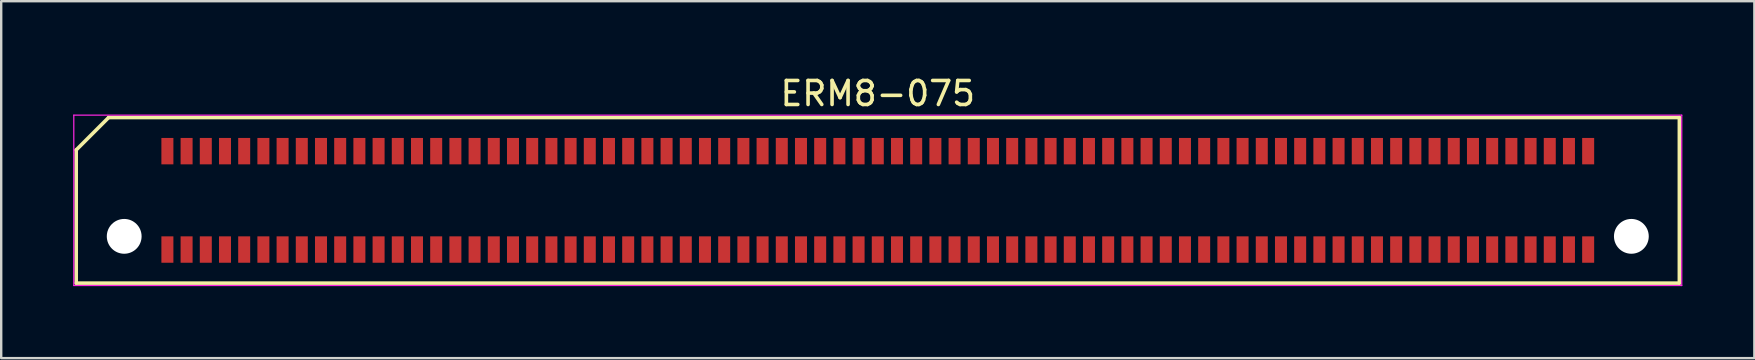
<source format=kicad_pcb>
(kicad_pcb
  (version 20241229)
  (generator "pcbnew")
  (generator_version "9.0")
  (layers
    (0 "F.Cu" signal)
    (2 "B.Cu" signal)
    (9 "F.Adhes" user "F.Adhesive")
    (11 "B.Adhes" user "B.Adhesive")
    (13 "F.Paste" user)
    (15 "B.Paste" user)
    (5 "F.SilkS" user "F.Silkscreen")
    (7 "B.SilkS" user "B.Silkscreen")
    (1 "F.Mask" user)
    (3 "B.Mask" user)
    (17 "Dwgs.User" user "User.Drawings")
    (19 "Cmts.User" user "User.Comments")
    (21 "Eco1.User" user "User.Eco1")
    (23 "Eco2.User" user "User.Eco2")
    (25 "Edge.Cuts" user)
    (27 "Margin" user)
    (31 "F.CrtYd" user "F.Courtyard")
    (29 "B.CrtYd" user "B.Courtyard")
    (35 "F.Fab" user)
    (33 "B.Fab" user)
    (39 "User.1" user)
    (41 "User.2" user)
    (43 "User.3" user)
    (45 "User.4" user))
  (footprint "ERM8-075"
    (layer "F.Cu")
    (at 33.525 5.298)
    (property "Reference" "ERM8-075" (at 0 -4.45 0) (layer "F.SilkS") (effects (font (size 1 1) (thickness 0.15))))
    (attr smd)
    (fp_line (start -33.4 3.45) (end -33.4 -2.1) (stroke (width 0.15) (type solid)) (layer "F.SilkS"))
    (fp_line (start -32.05 -3.45) (end -33.4 -2.1) (stroke (width 0.15) (type solid)) (layer "F.SilkS"))
    (fp_line (start -32.05 -3.45) (end 33.4 -3.45) (stroke (width 0.15) (type solid)) (layer "F.SilkS"))
    (fp_line (start 33.4 -3.45) (end 33.4 3.45) (stroke (width 0.15) (type solid)) (layer "F.SilkS"))
    (fp_line (start 33.4 3.45) (end -33.4 3.45) (stroke (width 0.15) (type solid)) (layer "F.SilkS"))
    (fp_line (start -33.5 -3.55) (end 33.5 -3.55) (stroke (width 0.05) (type solid)) (layer "F.CrtYd"))
    (fp_line (start -33.5 3.55) (end -33.5 -3.55) (stroke (width 0.05) (type solid)) (layer "F.CrtYd"))
    (fp_line (start 33.5 -3.55) (end 33.5 3.55) (stroke (width 0.05) (type solid)) (layer "F.CrtYd"))
    (fp_line (start 33.5 3.55) (end -33.5 3.55) (stroke (width 0.05) (type solid)) (layer "F.CrtYd"))
    (pad "" np_thru_hole circle (at -31.4 1.5) (size 1.45 1.45) (drill 1.45) (layers "*.Cu" "*.Mask"))
    (pad "" np_thru_hole circle (at 31.4 1.5) (size 1.45 1.45) (drill 1.45) (layers "*.Cu" "*.Mask"))
    (pad "1" smd rect (at -29.6 -2.05) (size 0.5 1.1) (layers "F.Cu" "F.Mask" "F.Paste"))
    (pad "2" smd rect (at -29.6 2.05) (size 0.5 1.1) (layers "F.Cu" "F.Mask" "F.Paste"))
    (pad "3" smd rect (at -28.8 -2.05) (size 0.5 1.1) (layers "F.Cu" "F.Mask" "F.Paste"))
    (pad "4" smd rect (at -28.8 2.05) (size 0.5 1.1) (layers "F.Cu" "F.Mask" "F.Paste"))
    (pad "5" smd rect (at -28 -2.05) (size 0.5 1.1) (layers "F.Cu" "F.Mask" "F.Paste"))
    (pad "6" smd rect (at -28 2.05) (size 0.5 1.1) (layers "F.Cu" "F.Mask" "F.Paste"))
    (pad "7" smd rect (at -27.2 -2.05) (size 0.5 1.1) (layers "F.Cu" "F.Mask" "F.Paste"))
    (pad "8" smd rect (at -27.2 2.05) (size 0.5 1.1) (layers "F.Cu" "F.Mask" "F.Paste"))
    (pad "9" smd rect (at -26.4 -2.05) (size 0.5 1.1) (layers "F.Cu" "F.Mask" "F.Paste"))
    (pad "10" smd rect (at -26.4 2.05) (size 0.5 1.1) (layers "F.Cu" "F.Mask" "F.Paste"))
    (pad "11" smd rect (at -25.6 -2.05) (size 0.5 1.1) (layers "F.Cu" "F.Mask" "F.Paste"))
    (pad "12" smd rect (at -25.6 2.05) (size 0.5 1.1) (layers "F.Cu" "F.Mask" "F.Paste"))
    (pad "13" smd rect (at -24.8 -2.05) (size 0.5 1.1) (layers "F.Cu" "F.Mask" "F.Paste"))
    (pad "14" smd rect (at -24.8 2.05) (size 0.5 1.1) (layers "F.Cu" "F.Mask" "F.Paste"))
    (pad "15" smd rect (at -24 -2.05) (size 0.5 1.1) (layers "F.Cu" "F.Mask" "F.Paste"))
    (pad "16" smd rect (at -24 2.05) (size 0.5 1.1) (layers "F.Cu" "F.Mask" "F.Paste"))
    (pad "17" smd rect (at -23.2 -2.05) (size 0.5 1.1) (layers "F.Cu" "F.Mask" "F.Paste"))
    (pad "18" smd rect (at -23.2 2.05) (size 0.5 1.1) (layers "F.Cu" "F.Mask" "F.Paste"))
    (pad "19" smd rect (at -22.4 -2.05) (size 0.5 1.1) (layers "F.Cu" "F.Mask" "F.Paste"))
    (pad "20" smd rect (at -22.4 2.05) (size 0.5 1.1) (layers "F.Cu" "F.Mask" "F.Paste"))
    (pad "21" smd rect (at -21.6 -2.05) (size 0.5 1.1) (layers "F.Cu" "F.Mask" "F.Paste"))
    (pad "22" smd rect (at -21.6 2.05) (size 0.5 1.1) (layers "F.Cu" "F.Mask" "F.Paste"))
    (pad "23" smd rect (at -20.8 -2.05) (size 0.5 1.1) (layers "F.Cu" "F.Mask" "F.Paste"))
    (pad "24" smd rect (at -20.8 2.05) (size 0.5 1.1) (layers "F.Cu" "F.Mask" "F.Paste"))
    (pad "25" smd rect (at -20 -2.05) (size 0.5 1.1) (layers "F.Cu" "F.Mask" "F.Paste"))
    (pad "26" smd rect (at -20 2.05) (size 0.5 1.1) (layers "F.Cu" "F.Mask" "F.Paste"))
    (pad "27" smd rect (at -19.2 -2.05) (size 0.5 1.1) (layers "F.Cu" "F.Mask" "F.Paste"))
    (pad "28" smd rect (at -19.2 2.05) (size 0.5 1.1) (layers "F.Cu" "F.Mask" "F.Paste"))
    (pad "29" smd rect (at -18.4 -2.05) (size 0.5 1.1) (layers "F.Cu" "F.Mask" "F.Paste"))
    (pad "30" smd rect (at -18.4 2.05) (size 0.5 1.1) (layers "F.Cu" "F.Mask" "F.Paste"))
    (pad "31" smd rect (at -17.6 -2.05) (size 0.5 1.1) (layers "F.Cu" "F.Mask" "F.Paste"))
    (pad "32" smd rect (at -17.6 2.05) (size 0.5 1.1) (layers "F.Cu" "F.Mask" "F.Paste"))
    (pad "33" smd rect (at -16.8 -2.05) (size 0.5 1.1) (layers "F.Cu" "F.Mask" "F.Paste"))
    (pad "34" smd rect (at -16.8 2.05) (size 0.5 1.1) (layers "F.Cu" "F.Mask" "F.Paste"))
    (pad "35" smd rect (at -16 -2.05) (size 0.5 1.1) (layers "F.Cu" "F.Mask" "F.Paste"))
    (pad "36" smd rect (at -16 2.05) (size 0.5 1.1) (layers "F.Cu" "F.Mask" "F.Paste"))
    (pad "37" smd rect (at -15.2 -2.05) (size 0.5 1.1) (layers "F.Cu" "F.Mask" "F.Paste"))
    (pad "38" smd rect (at -15.2 2.05) (size 0.5 1.1) (layers "F.Cu" "F.Mask" "F.Paste"))
    (pad "39" smd rect (at -14.4 -2.05) (size 0.5 1.1) (layers "F.Cu" "F.Mask" "F.Paste"))
    (pad "40" smd rect (at -14.4 2.05) (size 0.5 1.1) (layers "F.Cu" "F.Mask" "F.Paste"))
    (pad "41" smd rect (at -13.6 -2.05) (size 0.5 1.1) (layers "F.Cu" "F.Mask" "F.Paste"))
    (pad "42" smd rect (at -13.6 2.05) (size 0.5 1.1) (layers "F.Cu" "F.Mask" "F.Paste"))
    (pad "43" smd rect (at -12.8 -2.05) (size 0.5 1.1) (layers "F.Cu" "F.Mask" "F.Paste"))
    (pad "44" smd rect (at -12.8 2.05) (size 0.5 1.1) (layers "F.Cu" "F.Mask" "F.Paste"))
    (pad "45" smd rect (at -12 -2.05) (size 0.5 1.1) (layers "F.Cu" "F.Mask" "F.Paste"))
    (pad "46" smd rect (at -12 2.05) (size 0.5 1.1) (layers "F.Cu" "F.Mask" "F.Paste"))
    (pad "47" smd rect (at -11.2 -2.05) (size 0.5 1.1) (layers "F.Cu" "F.Mask" "F.Paste"))
    (pad "48" smd rect (at -11.2 2.05) (size 0.5 1.1) (layers "F.Cu" "F.Mask" "F.Paste"))
    (pad "49" smd rect (at -10.4 -2.05) (size 0.5 1.1) (layers "F.Cu" "F.Mask" "F.Paste"))
    (pad "50" smd rect (at -10.4 2.05) (size 0.5 1.1) (layers "F.Cu" "F.Mask" "F.Paste"))
    (pad "51" smd rect (at -9.6 -2.05) (size 0.5 1.1) (layers "F.Cu" "F.Mask" "F.Paste"))
    (pad "52" smd rect (at -9.6 2.05) (size 0.5 1.1) (layers "F.Cu" "F.Mask" "F.Paste"))
    (pad "53" smd rect (at -8.8 -2.05) (size 0.5 1.1) (layers "F.Cu" "F.Mask" "F.Paste"))
    (pad "54" smd rect (at -8.8 2.05) (size 0.5 1.1) (layers "F.Cu" "F.Mask" "F.Paste"))
    (pad "55" smd rect (at -8 -2.05) (size 0.5 1.1) (layers "F.Cu" "F.Mask" "F.Paste"))
    (pad "56" smd rect (at -8 2.05) (size 0.5 1.1) (layers "F.Cu" "F.Mask" "F.Paste"))
    (pad "57" smd rect (at -7.2 -2.05) (size 0.5 1.1) (layers "F.Cu" "F.Mask" "F.Paste"))
    (pad "58" smd rect (at -7.2 2.05) (size 0.5 1.1) (layers "F.Cu" "F.Mask" "F.Paste"))
    (pad "59" smd rect (at -6.4 -2.05) (size 0.5 1.1) (layers "F.Cu" "F.Mask" "F.Paste"))
    (pad "60" smd rect (at -6.4 2.05) (size 0.5 1.1) (layers "F.Cu" "F.Mask" "F.Paste"))
    (pad "61" smd rect (at -5.6 -2.05) (size 0.5 1.1) (layers "F.Cu" "F.Mask" "F.Paste"))
    (pad "62" smd rect (at -5.6 2.05) (size 0.5 1.1) (layers "F.Cu" "F.Mask" "F.Paste"))
    (pad "63" smd rect (at -4.8 -2.05) (size 0.5 1.1) (layers "F.Cu" "F.Mask" "F.Paste"))
    (pad "64" smd rect (at -4.8 2.05) (size 0.5 1.1) (layers "F.Cu" "F.Mask" "F.Paste"))
    (pad "65" smd rect (at -4 -2.05) (size 0.5 1.1) (layers "F.Cu" "F.Mask" "F.Paste"))
    (pad "66" smd rect (at -4 2.05) (size 0.5 1.1) (layers "F.Cu" "F.Mask" "F.Paste"))
    (pad "67" smd rect (at -3.2 -2.05) (size 0.5 1.1) (layers "F.Cu" "F.Mask" "F.Paste"))
    (pad "68" smd rect (at -3.2 2.05) (size 0.5 1.1) (layers "F.Cu" "F.Mask" "F.Paste"))
    (pad "69" smd rect (at -2.4 -2.05) (size 0.5 1.1) (layers "F.Cu" "F.Mask" "F.Paste"))
    (pad "70" smd rect (at -2.4 2.05) (size 0.5 1.1) (layers "F.Cu" "F.Mask" "F.Paste"))
    (pad "71" smd rect (at -1.6 -2.05) (size 0.5 1.1) (layers "F.Cu" "F.Mask" "F.Paste"))
    (pad "72" smd rect (at -1.6 2.05) (size 0.5 1.1) (layers "F.Cu" "F.Mask" "F.Paste"))
    (pad "73" smd rect (at -0.8 -2.05) (size 0.5 1.1) (layers "F.Cu" "F.Mask" "F.Paste"))
    (pad "74" smd rect (at -0.8 2.05) (size 0.5 1.1) (layers "F.Cu" "F.Mask" "F.Paste"))
    (pad "75" smd rect (at 0 -2.05) (size 0.5 1.1) (layers "F.Cu" "F.Mask" "F.Paste"))
    (pad "76" smd rect (at 0 2.05) (size 0.5 1.1) (layers "F.Cu" "F.Mask" "F.Paste"))
    (pad "77" smd rect (at 0.8 -2.05) (size 0.5 1.1) (layers "F.Cu" "F.Mask" "F.Paste"))
    (pad "78" smd rect (at 0.8 2.05) (size 0.5 1.1) (layers "F.Cu" "F.Mask" "F.Paste"))
    (pad "79" smd rect (at 1.6 -2.05) (size 0.5 1.1) (layers "F.Cu" "F.Mask" "F.Paste"))
    (pad "80" smd rect (at 1.6 2.05) (size 0.5 1.1) (layers "F.Cu" "F.Mask" "F.Paste"))
    (pad "81" smd rect (at 2.4 -2.05) (size 0.5 1.1) (layers "F.Cu" "F.Mask" "F.Paste"))
    (pad "82" smd rect (at 2.4 2.05) (size 0.5 1.1) (layers "F.Cu" "F.Mask" "F.Paste"))
    (pad "83" smd rect (at 3.2 -2.05) (size 0.5 1.1) (layers "F.Cu" "F.Mask" "F.Paste"))
    (pad "84" smd rect (at 3.2 2.05) (size 0.5 1.1) (layers "F.Cu" "F.Mask" "F.Paste"))
    (pad "85" smd rect (at 4 -2.05) (size 0.5 1.1) (layers "F.Cu" "F.Mask" "F.Paste"))
    (pad "86" smd rect (at 4 2.05) (size 0.5 1.1) (layers "F.Cu" "F.Mask" "F.Paste"))
    (pad "87" smd rect (at 4.8 -2.05) (size 0.5 1.1) (layers "F.Cu" "F.Mask" "F.Paste"))
    (pad "88" smd rect (at 4.8 2.05) (size 0.5 1.1) (layers "F.Cu" "F.Mask" "F.Paste"))
    (pad "89" smd rect (at 5.6 -2.05) (size 0.5 1.1) (layers "F.Cu" "F.Mask" "F.Paste"))
    (pad "90" smd rect (at 5.6 2.05) (size 0.5 1.1) (layers "F.Cu" "F.Mask" "F.Paste"))
    (pad "91" smd rect (at 6.4 -2.05) (size 0.5 1.1) (layers "F.Cu" "F.Mask" "F.Paste"))
    (pad "92" smd rect (at 6.4 2.05) (size 0.5 1.1) (layers "F.Cu" "F.Mask" "F.Paste"))
    (pad "93" smd rect (at 7.2 -2.05) (size 0.5 1.1) (layers "F.Cu" "F.Mask" "F.Paste"))
    (pad "94" smd rect (at 7.2 2.05) (size 0.5 1.1) (layers "F.Cu" "F.Mask" "F.Paste"))
    (pad "95" smd rect (at 8 -2.05) (size 0.5 1.1) (layers "F.Cu" "F.Mask" "F.Paste"))
    (pad "96" smd rect (at 8 2.05) (size 0.5 1.1) (layers "F.Cu" "F.Mask" "F.Paste"))
    (pad "97" smd rect (at 8.8 -2.05) (size 0.5 1.1) (layers "F.Cu" "F.Mask" "F.Paste"))
    (pad "98" smd rect (at 8.8 2.05) (size 0.5 1.1) (layers "F.Cu" "F.Mask" "F.Paste"))
    (pad "99" smd rect (at 9.6 -2.05) (size 0.5 1.1) (layers "F.Cu" "F.Mask" "F.Paste"))
    (pad "100" smd rect (at 9.6 2.05) (size 0.5 1.1) (layers "F.Cu" "F.Mask" "F.Paste"))
    (pad "101" smd rect (at 10.4 -2.05) (size 0.5 1.1) (layers "F.Cu" "F.Mask" "F.Paste"))
    (pad "102" smd rect (at 10.4 2.05) (size 0.5 1.1) (layers "F.Cu" "F.Mask" "F.Paste"))
    (pad "103" smd rect (at 11.2 -2.05) (size 0.5 1.1) (layers "F.Cu" "F.Mask" "F.Paste"))
    (pad "104" smd rect (at 11.2 2.05) (size 0.5 1.1) (layers "F.Cu" "F.Mask" "F.Paste"))
    (pad "105" smd rect (at 12 -2.05) (size 0.5 1.1) (layers "F.Cu" "F.Mask" "F.Paste"))
    (pad "106" smd rect (at 12 2.05) (size 0.5 1.1) (layers "F.Cu" "F.Mask" "F.Paste"))
    (pad "107" smd rect (at 12.8 -2.05) (size 0.5 1.1) (layers "F.Cu" "F.Mask" "F.Paste"))
    (pad "108" smd rect (at 12.8 2.05) (size 0.5 1.1) (layers "F.Cu" "F.Mask" "F.Paste"))
    (pad "109" smd rect (at 13.6 -2.05) (size 0.5 1.1) (layers "F.Cu" "F.Mask" "F.Paste"))
    (pad "110" smd rect (at 13.6 2.05) (size 0.5 1.1) (layers "F.Cu" "F.Mask" "F.Paste"))
    (pad "111" smd rect (at 14.4 -2.05) (size 0.5 1.1) (layers "F.Cu" "F.Mask" "F.Paste"))
    (pad "112" smd rect (at 14.4 2.05) (size 0.5 1.1) (layers "F.Cu" "F.Mask" "F.Paste"))
    (pad "113" smd rect (at 15.2 -2.05) (size 0.5 1.1) (layers "F.Cu" "F.Mask" "F.Paste"))
    (pad "114" smd rect (at 15.2 2.05) (size 0.5 1.1) (layers "F.Cu" "F.Mask" "F.Paste"))
    (pad "115" smd rect (at 16 -2.05) (size 0.5 1.1) (layers "F.Cu" "F.Mask" "F.Paste"))
    (pad "116" smd rect (at 16 2.05) (size 0.5 1.1) (layers "F.Cu" "F.Mask" "F.Paste"))
    (pad "117" smd rect (at 16.8 -2.05) (size 0.5 1.1) (layers "F.Cu" "F.Mask" "F.Paste"))
    (pad "118" smd rect (at 16.8 2.05) (size 0.5 1.1) (layers "F.Cu" "F.Mask" "F.Paste"))
    (pad "119" smd rect (at 17.6 -2.05) (size 0.5 1.1) (layers "F.Cu" "F.Mask" "F.Paste"))
    (pad "120" smd rect (at 17.6 2.05) (size 0.5 1.1) (layers "F.Cu" "F.Mask" "F.Paste"))
    (pad "121" smd rect (at 18.4 -2.05) (size 0.5 1.1) (layers "F.Cu" "F.Mask" "F.Paste"))
    (pad "122" smd rect (at 18.4 2.05) (size 0.5 1.1) (layers "F.Cu" "F.Mask" "F.Paste"))
    (pad "123" smd rect (at 19.2 -2.05) (size 0.5 1.1) (layers "F.Cu" "F.Mask" "F.Paste"))
    (pad "124" smd rect (at 19.2 2.05) (size 0.5 1.1) (layers "F.Cu" "F.Mask" "F.Paste"))
    (pad "125" smd rect (at 20 -2.05) (size 0.5 1.1) (layers "F.Cu" "F.Mask" "F.Paste"))
    (pad "126" smd rect (at 20 2.05) (size 0.5 1.1) (layers "F.Cu" "F.Mask" "F.Paste"))
    (pad "127" smd rect (at 20.8 -2.05) (size 0.5 1.1) (layers "F.Cu" "F.Mask" "F.Paste"))
    (pad "128" smd rect (at 20.8 2.05) (size 0.5 1.1) (layers "F.Cu" "F.Mask" "F.Paste"))
    (pad "129" smd rect (at 21.6 -2.05) (size 0.5 1.1) (layers "F.Cu" "F.Mask" "F.Paste"))
    (pad "130" smd rect (at 21.6 2.05) (size 0.5 1.1) (layers "F.Cu" "F.Mask" "F.Paste"))
    (pad "131" smd rect (at 22.4 -2.05) (size 0.5 1.1) (layers "F.Cu" "F.Mask" "F.Paste"))
    (pad "132" smd rect (at 22.4 2.05) (size 0.5 1.1) (layers "F.Cu" "F.Mask" "F.Paste"))
    (pad "133" smd rect (at 23.2 -2.05) (size 0.5 1.1) (layers "F.Cu" "F.Mask" "F.Paste"))
    (pad "134" smd rect (at 23.2 2.05) (size 0.5 1.1) (layers "F.Cu" "F.Mask" "F.Paste"))
    (pad "135" smd rect (at 24 -2.05) (size 0.5 1.1) (layers "F.Cu" "F.Mask" "F.Paste"))
    (pad "136" smd rect (at 24 2.05) (size 0.5 1.1) (layers "F.Cu" "F.Mask" "F.Paste"))
    (pad "137" smd rect (at 24.8 -2.05) (size 0.5 1.1) (layers "F.Cu" "F.Mask" "F.Paste"))
    (pad "138" smd rect (at 24.8 2.05) (size 0.5 1.1) (layers "F.Cu" "F.Mask" "F.Paste"))
    (pad "139" smd rect (at 25.6 -2.05) (size 0.5 1.1) (layers "F.Cu" "F.Mask" "F.Paste"))
    (pad "140" smd rect (at 25.6 2.05) (size 0.5 1.1) (layers "F.Cu" "F.Mask" "F.Paste"))
    (pad "141" smd rect (at 26.4 -2.05) (size 0.5 1.1) (layers "F.Cu" "F.Mask" "F.Paste"))
    (pad "142" smd rect (at 26.4 2.05) (size 0.5 1.1) (layers "F.Cu" "F.Mask" "F.Paste"))
    (pad "143" smd rect (at 27.2 -2.05) (size 0.5 1.1) (layers "F.Cu" "F.Mask" "F.Paste"))
    (pad "144" smd rect (at 27.2 2.05) (size 0.5 1.1) (layers "F.Cu" "F.Mask" "F.Paste"))
    (pad "145" smd rect (at 28 -2.05) (size 0.5 1.1) (layers "F.Cu" "F.Mask" "F.Paste"))
    (pad "146" smd rect (at 28 2.05) (size 0.5 1.1) (layers "F.Cu" "F.Mask" "F.Paste"))
    (pad "147" smd rect (at 28.8 -2.05) (size 0.5 1.1) (layers "F.Cu" "F.Mask" "F.Paste"))
    (pad "148" smd rect (at 28.8 2.05) (size 0.5 1.1) (layers "F.Cu" "F.Mask" "F.Paste"))
    (pad "149" smd rect (at 29.6 -2.05) (size 0.5 1.1) (layers "F.Cu" "F.Mask" "F.Paste"))
    (pad "150" smd rect (at 29.6 2.05) (size 0.5 1.1) (layers "F.Cu" "F.Mask" "F.Paste")))
  (gr_rect
    (start -3 -3)
    (end 70.05 11.873)
    (stroke (width 0.1) (type default))
    (fill no)
    (layer "Edge.Cuts")))
</source>
